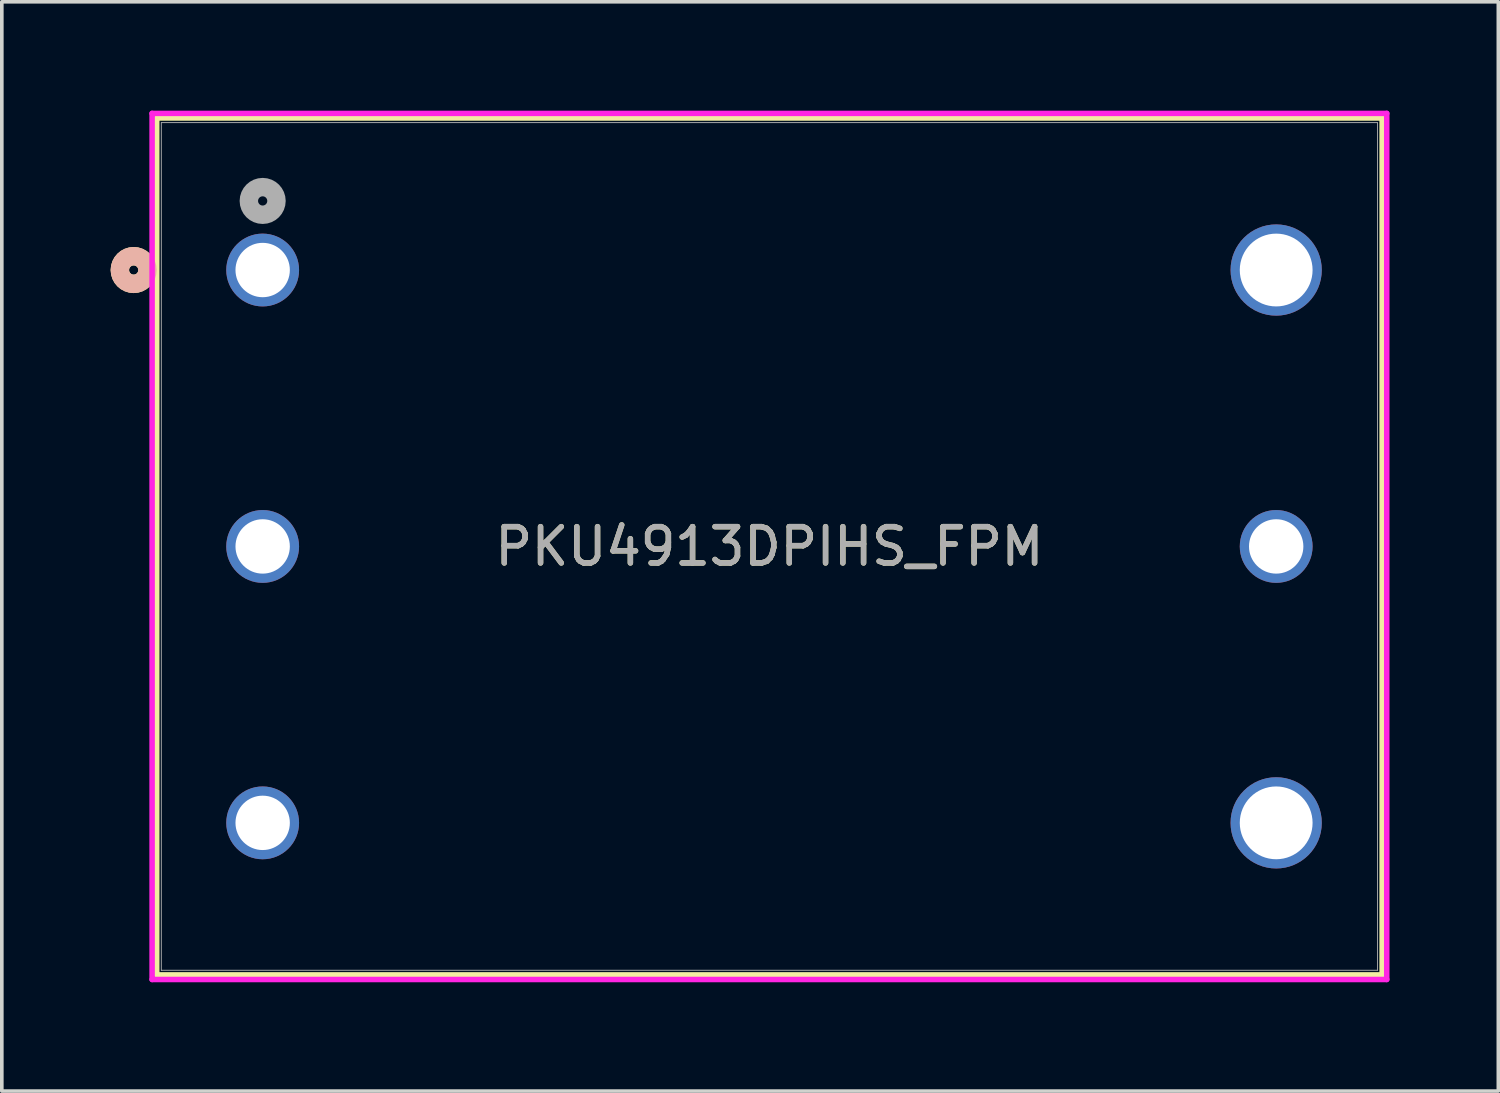
<source format=kicad_pcb>
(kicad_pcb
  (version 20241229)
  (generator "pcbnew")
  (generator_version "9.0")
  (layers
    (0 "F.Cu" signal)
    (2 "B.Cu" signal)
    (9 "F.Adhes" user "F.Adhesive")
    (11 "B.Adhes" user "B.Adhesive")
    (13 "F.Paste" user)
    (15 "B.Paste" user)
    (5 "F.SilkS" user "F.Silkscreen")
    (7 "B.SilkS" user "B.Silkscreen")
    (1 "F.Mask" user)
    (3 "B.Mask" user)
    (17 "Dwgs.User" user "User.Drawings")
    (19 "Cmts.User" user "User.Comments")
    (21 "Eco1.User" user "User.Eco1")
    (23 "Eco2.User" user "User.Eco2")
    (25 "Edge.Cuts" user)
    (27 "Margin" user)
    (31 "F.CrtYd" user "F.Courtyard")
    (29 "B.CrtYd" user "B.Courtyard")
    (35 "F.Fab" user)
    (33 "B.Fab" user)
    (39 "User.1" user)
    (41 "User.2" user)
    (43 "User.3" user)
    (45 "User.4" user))
  (footprint "PKU4913DPIHS_FPM"
    (layer "F.Cu")
    (at 4.191 4.394)
    (property "Reference" "PKU4913DPIHS_FPM" (at 13.97 7.62 0) (unlocked yes) (layer "F.SilkS") (effects (font (size 1 1) (thickness 0.15))))
    (attr through_hole)
    (fp_line (start -2.921 -4.191) (end -2.921 19.431) (stroke (width 0.152) (type solid)) (layer "F.SilkS"))
    (fp_line (start -2.921 19.431) (end 30.861 19.431) (stroke (width 0.152) (type solid)) (layer "F.SilkS"))
    (fp_line (start 30.861 -4.191) (end -2.921 -4.191) (stroke (width 0.152) (type solid)) (layer "F.SilkS"))
    (fp_line (start 30.861 19.431) (end 30.861 -4.191) (stroke (width 0.152) (type solid)) (layer "F.SilkS"))
    (fp_circle (center -3.556 0) (end -3.175 0) (stroke (width 0.508) (type solid)) (fill no) (layer "F.SilkS"))
    (fp_circle (center -3.556 0) (end -3.175 0) (stroke (width 0.508) (type solid)) (fill no) (layer "B.SilkS"))
    (fp_line (start -3.048 -4.318) (end -3.048 19.558) (stroke (width 0.152) (type solid)) (layer "F.CrtYd"))
    (fp_line (start -3.048 19.558) (end 30.988 19.558) (stroke (width 0.152) (type solid)) (layer "F.CrtYd"))
    (fp_line (start 30.988 -4.318) (end -3.048 -4.318) (stroke (width 0.152) (type solid)) (layer "F.CrtYd"))
    (fp_line (start 30.988 19.558) (end 30.988 -4.318) (stroke (width 0.152) (type solid)) (layer "F.CrtYd"))
    (fp_line (start -2.794 -4.064) (end -2.794 19.304) (stroke (width 0.025) (type solid)) (layer "F.Fab"))
    (fp_line (start -2.794 19.304) (end 30.734 19.304) (stroke (width 0.025) (type solid)) (layer "F.Fab"))
    (fp_line (start 30.734 -4.064) (end -2.794 -4.064) (stroke (width 0.025) (type solid)) (layer "F.Fab"))
    (fp_line (start 30.734 19.304) (end 30.734 -4.064) (stroke (width 0.025) (type solid)) (layer "F.Fab"))
    (fp_circle (center 0 -1.905) (end 0.381 -1.905) (stroke (width 0.508) (type solid)) (fill no) (layer "F.Fab"))
    (fp_text user "${REFERENCE}" (at 13.97 7.62 0) (unlocked yes) (layer "F.Fab") (effects (font (size 1 1) (thickness 0.15))))
    (pad "1" thru_hole circle (at 0 0) (size 2.007 2.007) (drill 1.499) (layers "*.Cu" "*.Mask"))
    (pad "2" thru_hole circle (at 0 7.62) (size 2.007 2.007) (drill 1.499) (layers "*.Cu" "*.Mask"))
    (pad "3" thru_hole circle (at 0 15.24) (size 2.007 2.007) (drill 1.499) (layers "*.Cu" "*.Mask"))
    (pad "4" thru_hole circle (at 27.94 15.24) (size 2.515 2.515) (drill 2.007) (layers "*.Cu" "*.Mask"))
    (pad "6" thru_hole circle (at 27.94 7.62) (size 2.007 2.007) (drill 1.499) (layers "*.Cu" "*.Mask"))
    (pad "8" thru_hole circle (at 27.94 0) (size 2.515 2.515) (drill 2.007) (layers "*.Cu" "*.Mask")))
  (gr_rect
    (start -3 -3)
    (end 38.255 27.028)
    (stroke (width 0.1) (type default))
    (fill no)
    (layer "Edge.Cuts")))
</source>
